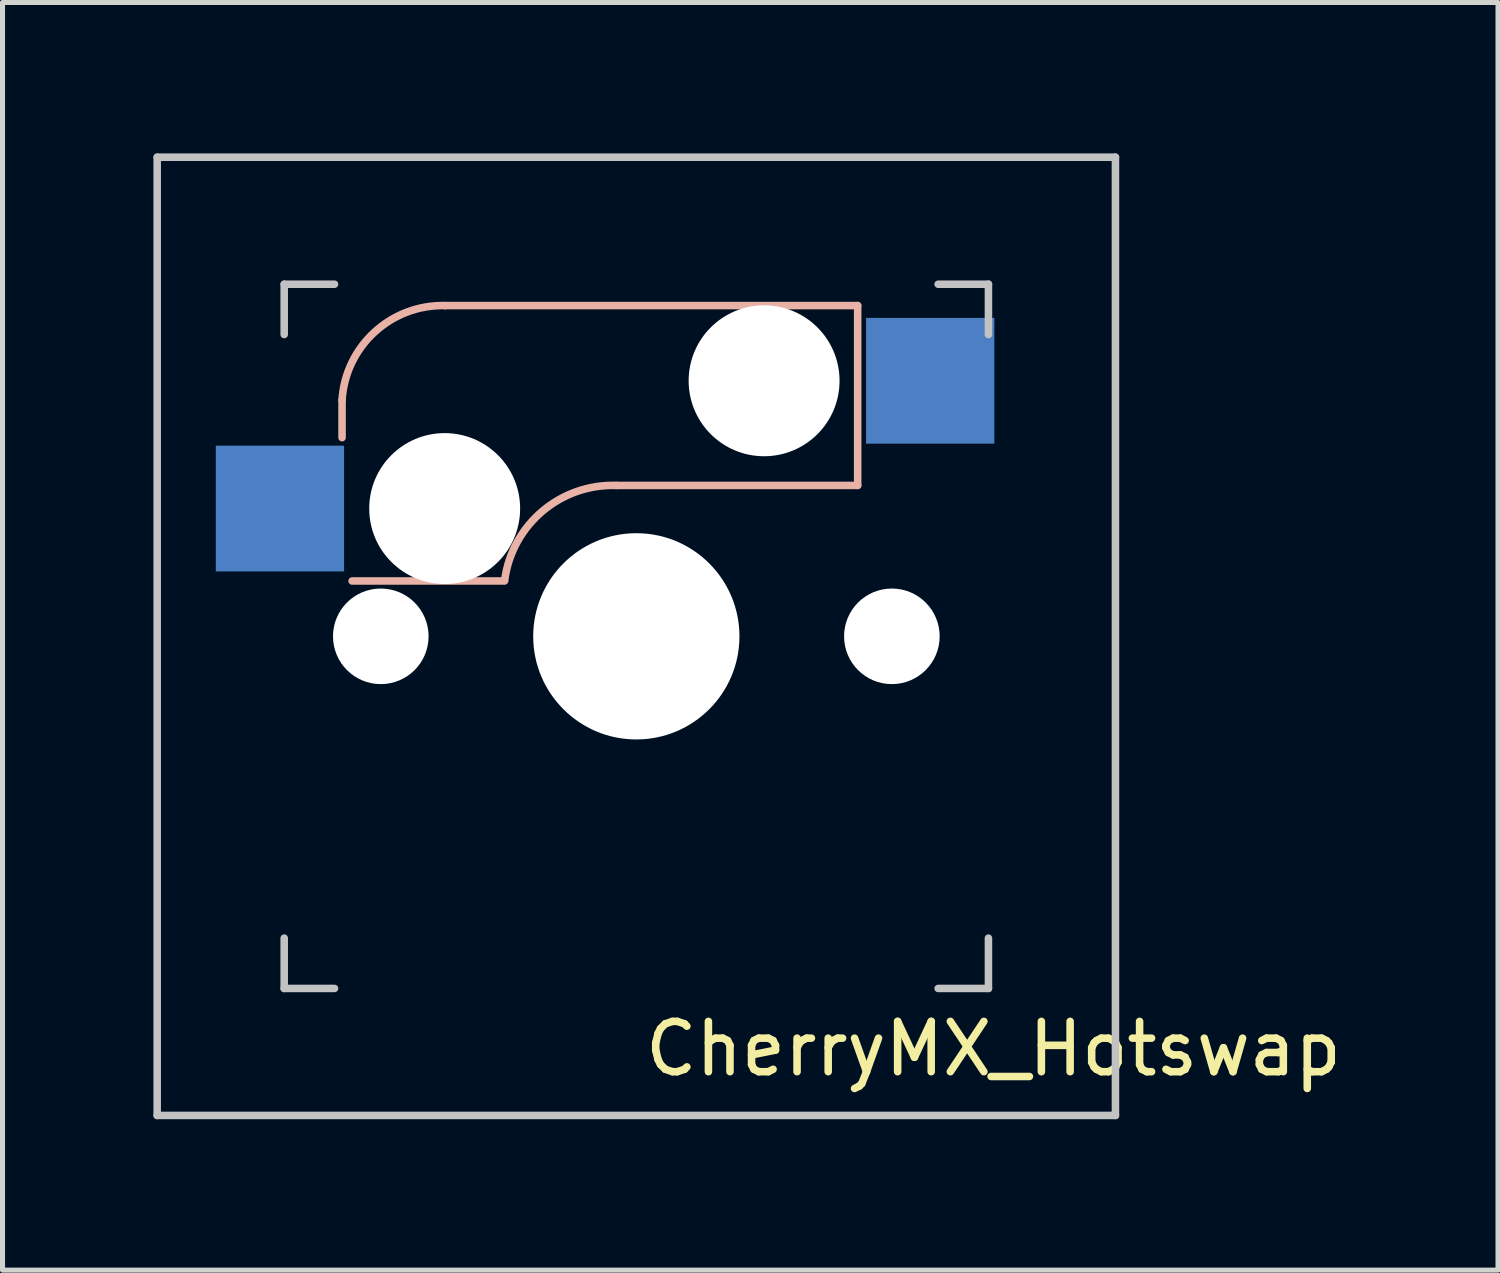
<source format=kicad_pcb>
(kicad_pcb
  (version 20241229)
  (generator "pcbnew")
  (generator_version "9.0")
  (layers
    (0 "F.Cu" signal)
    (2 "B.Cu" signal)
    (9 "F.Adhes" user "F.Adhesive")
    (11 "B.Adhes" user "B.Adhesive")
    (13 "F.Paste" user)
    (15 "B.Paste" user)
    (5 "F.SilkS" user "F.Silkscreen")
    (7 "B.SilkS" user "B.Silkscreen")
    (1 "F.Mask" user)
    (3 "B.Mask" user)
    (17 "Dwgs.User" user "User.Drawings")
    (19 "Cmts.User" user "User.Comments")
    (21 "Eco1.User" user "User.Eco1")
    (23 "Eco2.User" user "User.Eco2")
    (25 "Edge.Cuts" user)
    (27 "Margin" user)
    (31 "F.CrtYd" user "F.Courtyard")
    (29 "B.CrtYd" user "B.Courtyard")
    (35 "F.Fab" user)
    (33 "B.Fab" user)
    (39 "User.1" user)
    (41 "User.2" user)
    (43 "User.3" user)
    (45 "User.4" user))
  (footprint "CherryMX_Hotswap"
    (layer "F.Cu")
    (at 9.6 9.6)
    (property "Reference" "CherryMX_Hotswap" (at 7.1 8.2 0) (layer "F.SilkS") (effects (font (size 1 1) (thickness 0.15))))
    (attr through_hole)
    (fp_line (start -5.85 -4.7) (end -5.85 -3.95) (stroke (width 0.15) (type solid)) (layer "B.SilkS"))
    (fp_line (start -5.65 -1.1) (end -2.62 -1.1) (stroke (width 0.15) (type solid)) (layer "B.SilkS"))
    (fp_line (start -0.4 -3) (end 4.4 -3) (stroke (width 0.15) (type solid)) (layer "B.SilkS"))
    (fp_line (start 4.4 -3) (end 4.4 -6.575) (stroke (width 0.15) (type solid)) (layer "B.SilkS"))
    (fp_line (start 4.4 -6.575) (end -3.8 -6.575) (stroke (width 0.15) (type solid)) (layer "B.SilkS"))
    (fp_arc (start -5.85 -4.7) (mid -5.20203 -6.04972) (end -3.8 -6.575) (stroke (width 0.15) (type solid)) (layer "B.SilkS"))
    (fp_arc (start -2.616318 -1.121471) (mid -1.868709 -2.486118) (end -0.4 -3) (stroke (width 0.15) (type solid)) (layer "B.SilkS"))
    (fp_line (start -9.525 -9.525) (end 9.525 -9.525) (stroke (width 0.15) (type solid)) (layer "Dwgs.User"))
    (fp_line (start -9.525 9.525) (end -9.525 -9.525) (stroke (width 0.15) (type solid)) (layer "Dwgs.User"))
    (fp_line (start -7 -7) (end -6 -7) (stroke (width 0.15) (type solid)) (layer "Dwgs.User"))
    (fp_line (start -7 -6) (end -7 -7) (stroke (width 0.15) (type solid)) (layer "Dwgs.User"))
    (fp_line (start -7 6) (end -7 7) (stroke (width 0.15) (type solid)) (layer "Dwgs.User"))
    (fp_line (start -7 7) (end -6 7) (stroke (width 0.15) (type solid)) (layer "Dwgs.User"))
    (fp_line (start 6 7) (end 7 7) (stroke (width 0.15) (type solid)) (layer "Dwgs.User"))
    (fp_line (start 7 -7) (end 6 -7) (stroke (width 0.15) (type solid)) (layer "Dwgs.User"))
    (fp_line (start 7 -7) (end 7 -6) (stroke (width 0.15) (type solid)) (layer "Dwgs.User"))
    (fp_line (start 7 7) (end 7 6) (stroke (width 0.15) (type solid)) (layer "Dwgs.User"))
    (fp_line (start 9.525 -9.525) (end 9.525 9.525) (stroke (width 0.15) (type solid)) (layer "Dwgs.User"))
    (fp_line (start 9.525 9.525) (end -9.525 9.525) (stroke (width 0.15) (type solid)) (layer "Dwgs.User"))
    (pad "" np_thru_hole circle (at -5.08 0) (size 1.9 1.9) (drill 1.9) (layers "*.Cu" "*.Mask"))
    (pad "" np_thru_hole circle (at -3.81 -2.54) (size 3 3) (drill 3) (layers "*.Cu" "*.Mask"))
    (pad "" np_thru_hole circle (at 0 0 90) (size 4.1 4.1) (drill 4.1) (layers "*.Cu" "*.Mask"))
    (pad "" np_thru_hole circle (at 2.54 -5.08) (size 3 3) (drill 3) (layers "*.Cu" "*.Mask"))
    (pad "" np_thru_hole circle (at 5.08 0) (size 1.9 1.9) (drill 1.9) (layers "*.Cu" "*.Mask"))
    (pad "1" smd rect (at -7.085 -2.54 180) (size 2.55 2.5) (layers "B.Cu" "B.Mask" "B.Paste"))
    (pad "2" smd rect (at 5.842 -5.08 180) (size 2.55 2.5) (layers "B.Cu" "B.Mask" "B.Paste")))
  (gr_rect
    (start -3 -3)
    (end 26.73 22.2)
    (stroke (width 0.1) (type default))
    (fill no)
    (layer "Edge.Cuts")))
</source>
